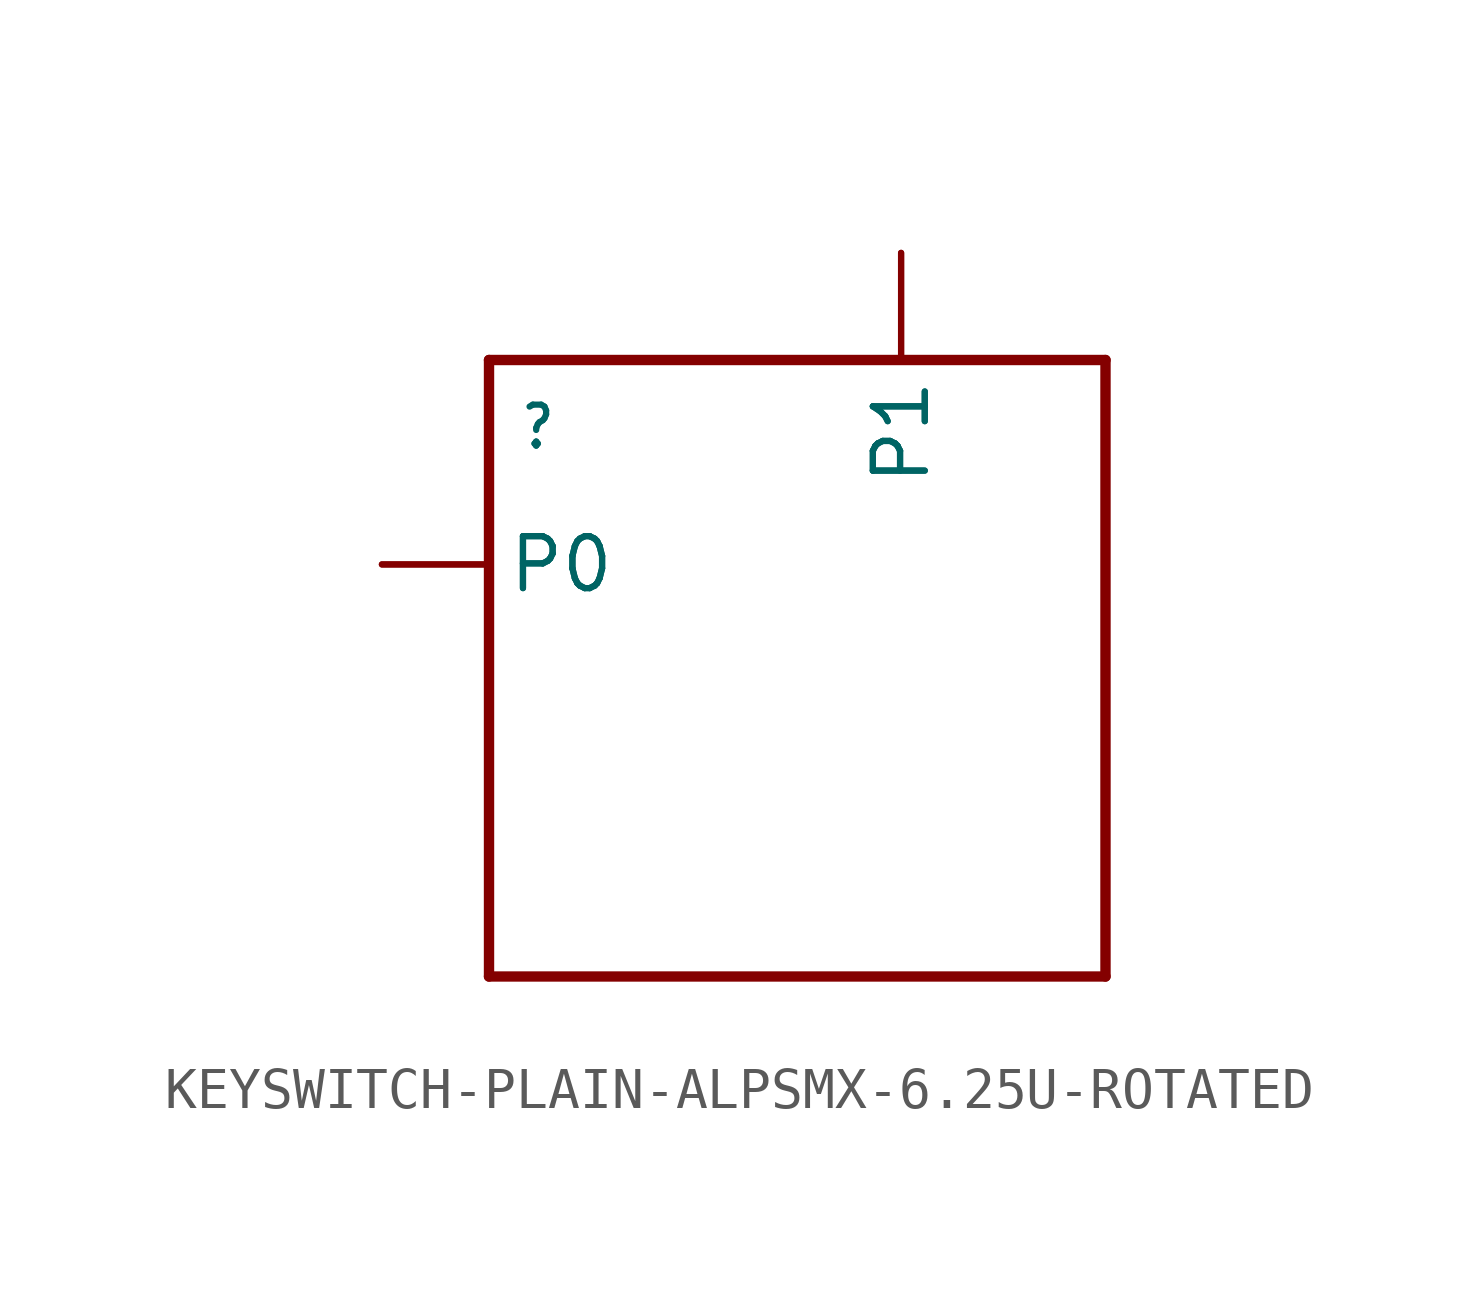
<source format=kicad_sym>
(kicad_symbol_lib
  (version 20211014)
  (generator kicad_symbol_editor)
  (symbol "KEYSWITCH-PLAIN-ALPSMX-6.25U-ROTATED"
    (property "Reference" ""
      (at -6.81 5.318 0)
      (effects (font (size 1 0.85)) (justify left bottom)))
    (property "ki_locked" ""
      (at 0 0 0)
      (effects (font (size 1.27 1.27))))
    (symbol "KEYSWITCH-PLAIN-ALPSMX-6.25U-ROTATED_1_0"
      (polyline (pts (xy -7.54 -7.54) (xy -7.54 7.54)) (stroke (width 0.254) (type default) (color 0 0 0 0)) (fill (type none)))
      (polyline (pts (xy -7.54 7.54) (xy 7.54 7.54)) (stroke (width 0.254) (type default) (color 0 0 0 0)) (fill (type none)))
      (polyline (pts (xy 7.54 -7.54) (xy -7.54 -7.54)) (stroke (width 0.254) (type default) (color 0 0 0 0)) (fill (type none)))
      (polyline (pts (xy 7.54 7.54) (xy 7.54 -7.54)) (stroke (width 0.254) (type default) (color 0 0 0 0)) (fill (type none)))
      (pin bidirectional line (at -10.16 2.54 0) (length 2.54) (name "P0" (effects (font (size 1.27 1.27)))) (number "ALPS1" (effects (font (size 0 0)))))
      (pin bidirectional line (at 2.54 10.16 270) (length 2.54) (name "P1" (effects (font (size 1.27 1.27)))) (number "ALPS2" (effects (font (size 0 0)))))
      (pin bidirectional line (at -10.16 2.54 0) (length 2.54) (name "P0" (effects (font (size 1.27 1.27)))) (number "MX1" (effects (font (size 0 0)))))
      (pin bidirectional line (at 2.54 10.16 270) (length 2.54) (name "P1" (effects (font (size 1.27 1.27)))) (number "MX2" (effects (font (size 0 0))))))))
</source>
